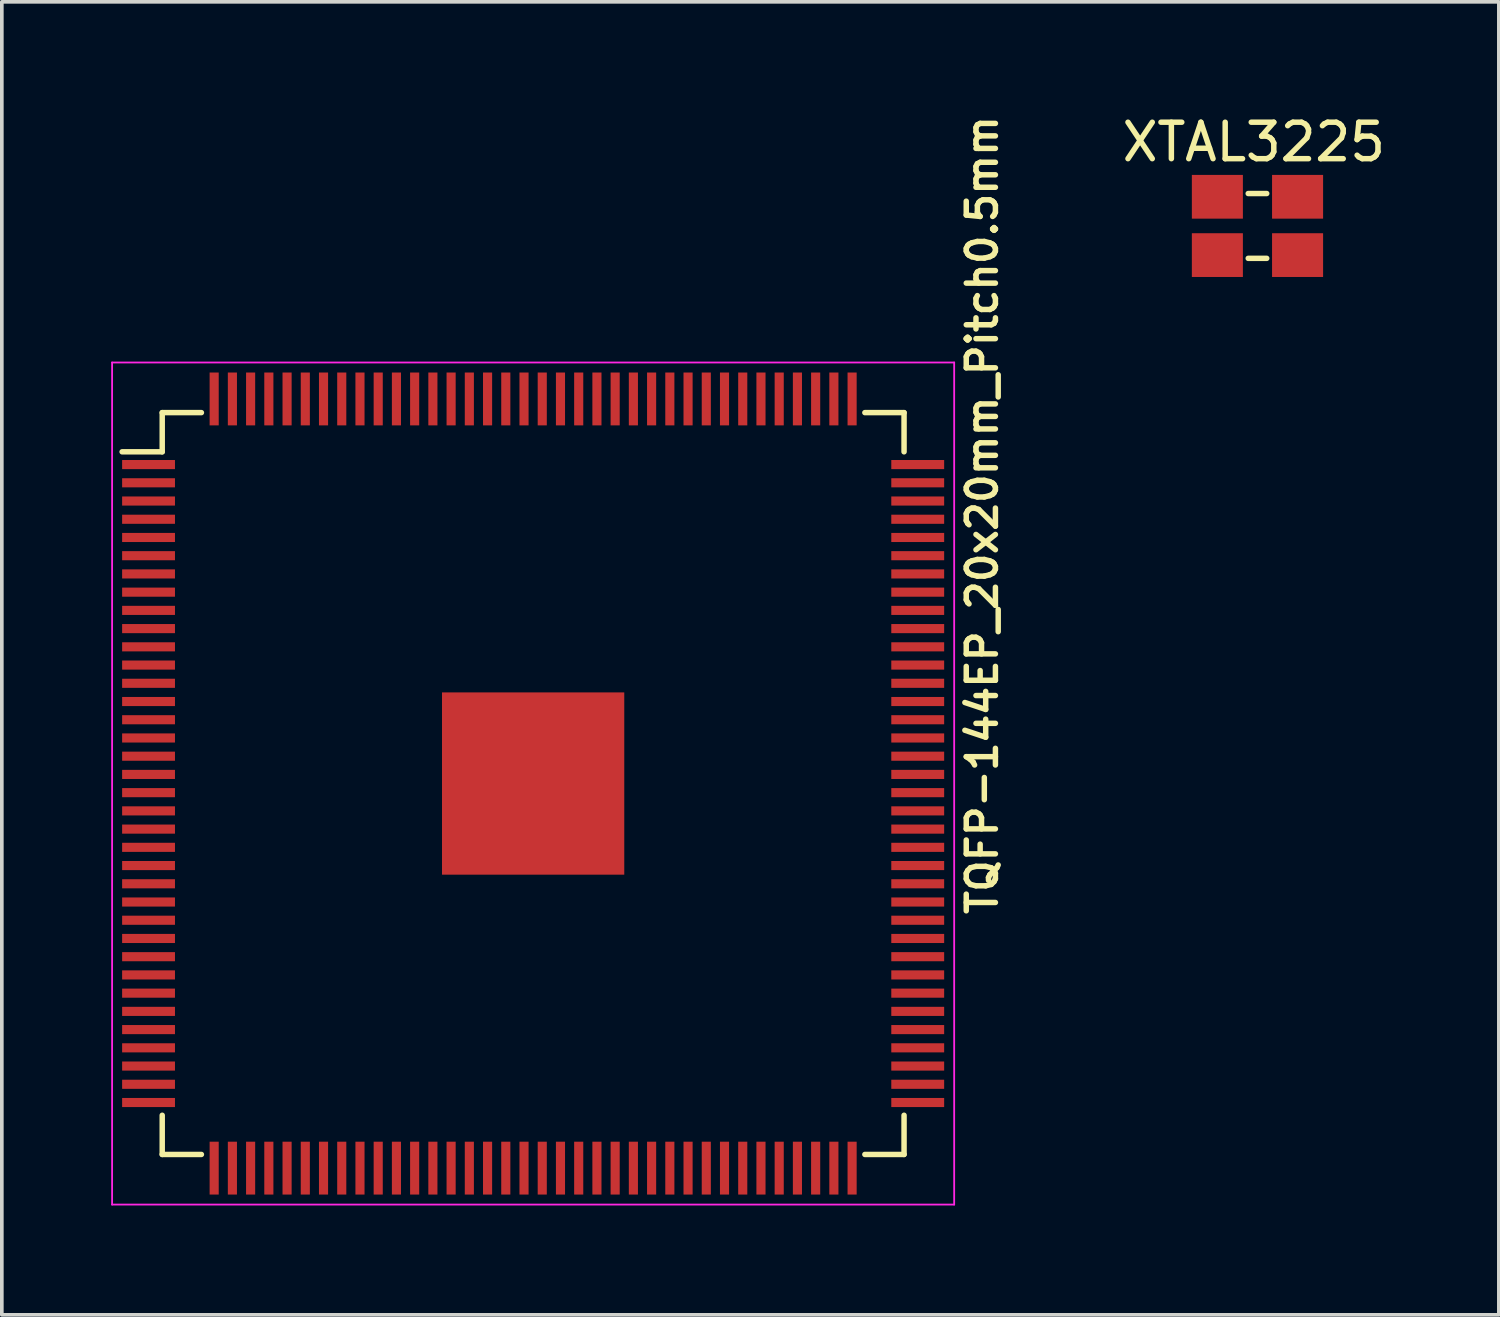
<source format=kicad_pcb>
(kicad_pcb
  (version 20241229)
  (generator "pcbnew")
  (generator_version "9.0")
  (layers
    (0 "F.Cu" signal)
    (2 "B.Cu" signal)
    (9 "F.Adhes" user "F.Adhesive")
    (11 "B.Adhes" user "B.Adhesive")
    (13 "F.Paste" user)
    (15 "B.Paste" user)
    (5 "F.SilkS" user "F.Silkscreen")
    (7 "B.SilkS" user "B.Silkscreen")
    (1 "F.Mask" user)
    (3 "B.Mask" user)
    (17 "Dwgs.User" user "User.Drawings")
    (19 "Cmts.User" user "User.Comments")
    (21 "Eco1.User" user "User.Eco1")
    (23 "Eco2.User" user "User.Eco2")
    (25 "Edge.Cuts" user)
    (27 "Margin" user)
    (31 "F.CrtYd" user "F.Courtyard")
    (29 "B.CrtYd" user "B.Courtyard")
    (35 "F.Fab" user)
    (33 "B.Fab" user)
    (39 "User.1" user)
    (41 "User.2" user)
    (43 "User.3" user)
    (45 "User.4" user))
  (footprint "TQFP-144EP_20x20mm_Pitch0.5mm"
    (layer "F.Cu")
    (at 11.575 18.444)
    (property "Reference" "TQFP-144EP_20x20mm_Pitch0.5mm" (at 12.319 -7.366 270) (layer "F.SilkS") (effects (font (size 0.8 0.8) (thickness 0.15))))
    (attr smd)
    (fp_line (start -10.175 -10.175) (end -10.175 -9.1) (stroke (width 0.15) (type solid)) (layer "F.SilkS"))
    (fp_line (start -10.175 -10.175) (end -9.1 -10.175) (stroke (width 0.15) (type solid)) (layer "F.SilkS"))
    (fp_line (start -10.175 -9.1) (end -11.275 -9.1) (stroke (width 0.15) (type solid)) (layer "F.SilkS"))
    (fp_line (start -10.175 10.175) (end -10.175 9.1) (stroke (width 0.15) (type solid)) (layer "F.SilkS"))
    (fp_line (start -10.175 10.175) (end -9.1 10.175) (stroke (width 0.15) (type solid)) (layer "F.SilkS"))
    (fp_line (start 10.175 -10.175) (end 9.1 -10.175) (stroke (width 0.15) (type solid)) (layer "F.SilkS"))
    (fp_line (start 10.175 -10.175) (end 10.175 -9.1) (stroke (width 0.15) (type solid)) (layer "F.SilkS"))
    (fp_line (start 10.175 10.175) (end 9.1 10.175) (stroke (width 0.15) (type solid)) (layer "F.SilkS"))
    (fp_line (start 10.175 10.175) (end 10.175 9.1) (stroke (width 0.15) (type solid)) (layer "F.SilkS"))
    (fp_line (start -11.55 -11.55) (end -11.55 11.55) (stroke (width 0.05) (type solid)) (layer "F.CrtYd"))
    (fp_line (start -11.55 -11.55) (end 11.55 -11.55) (stroke (width 0.05) (type solid)) (layer "F.CrtYd"))
    (fp_line (start -11.55 11.55) (end 11.55 11.55) (stroke (width 0.05) (type solid)) (layer "F.CrtYd"))
    (fp_line (start 11.55 -11.55) (end 11.55 11.55) (stroke (width 0.05) (type solid)) (layer "F.CrtYd"))
    (pad "1" smd rect (at -10.55 -8.75) (size 1.45 0.25) (layers "F.Cu" "F.Mask" "F.Paste"))
    (pad "2" smd rect (at -10.55 -8.25) (size 1.45 0.25) (layers "F.Cu" "F.Mask" "F.Paste"))
    (pad "3" smd rect (at -10.55 -7.75) (size 1.45 0.25) (layers "F.Cu" "F.Mask" "F.Paste"))
    (pad "4" smd rect (at -10.55 -7.25) (size 1.45 0.25) (layers "F.Cu" "F.Mask" "F.Paste"))
    (pad "5" smd rect (at -10.55 -6.75) (size 1.45 0.25) (layers "F.Cu" "F.Mask" "F.Paste"))
    (pad "6" smd rect (at -10.55 -6.25) (size 1.45 0.25) (layers "F.Cu" "F.Mask" "F.Paste"))
    (pad "7" smd rect (at -10.55 -5.75) (size 1.45 0.25) (layers "F.Cu" "F.Mask" "F.Paste"))
    (pad "8" smd rect (at -10.55 -5.25) (size 1.45 0.25) (layers "F.Cu" "F.Mask" "F.Paste"))
    (pad "9" smd rect (at -10.55 -4.75) (size 1.45 0.25) (layers "F.Cu" "F.Mask" "F.Paste"))
    (pad "10" smd rect (at -10.55 -4.25) (size 1.45 0.25) (layers "F.Cu" "F.Mask" "F.Paste"))
    (pad "11" smd rect (at -10.55 -3.75) (size 1.45 0.25) (layers "F.Cu" "F.Mask" "F.Paste"))
    (pad "12" smd rect (at -10.55 -3.25) (size 1.45 0.25) (layers "F.Cu" "F.Mask" "F.Paste"))
    (pad "13" smd rect (at -10.55 -2.75) (size 1.45 0.25) (layers "F.Cu" "F.Mask" "F.Paste"))
    (pad "14" smd rect (at -10.55 -2.25) (size 1.45 0.25) (layers "F.Cu" "F.Mask" "F.Paste"))
    (pad "15" smd rect (at -10.55 -1.75) (size 1.45 0.25) (layers "F.Cu" "F.Mask" "F.Paste"))
    (pad "16" smd rect (at -10.55 -1.25) (size 1.45 0.25) (layers "F.Cu" "F.Mask" "F.Paste"))
    (pad "17" smd rect (at -10.55 -0.75) (size 1.45 0.25) (layers "F.Cu" "F.Mask" "F.Paste"))
    (pad "18" smd rect (at -10.55 -0.25) (size 1.45 0.25) (layers "F.Cu" "F.Mask" "F.Paste"))
    (pad "19" smd rect (at -10.55 0.25) (size 1.45 0.25) (layers "F.Cu" "F.Mask" "F.Paste"))
    (pad "20" smd rect (at -10.55 0.75) (size 1.45 0.25) (layers "F.Cu" "F.Mask" "F.Paste"))
    (pad "21" smd rect (at -10.55 1.25) (size 1.45 0.25) (layers "F.Cu" "F.Mask" "F.Paste"))
    (pad "22" smd rect (at -10.55 1.75) (size 1.45 0.25) (layers "F.Cu" "F.Mask" "F.Paste"))
    (pad "23" smd rect (at -10.55 2.25) (size 1.45 0.25) (layers "F.Cu" "F.Mask" "F.Paste"))
    (pad "24" smd rect (at -10.55 2.75) (size 1.45 0.25) (layers "F.Cu" "F.Mask" "F.Paste"))
    (pad "25" smd rect (at -10.55 3.25) (size 1.45 0.25) (layers "F.Cu" "F.Mask" "F.Paste"))
    (pad "26" smd rect (at -10.55 3.75) (size 1.45 0.25) (layers "F.Cu" "F.Mask" "F.Paste"))
    (pad "27" smd rect (at -10.55 4.25) (size 1.45 0.25) (layers "F.Cu" "F.Mask" "F.Paste"))
    (pad "28" smd rect (at -10.55 4.75) (size 1.45 0.25) (layers "F.Cu" "F.Mask" "F.Paste"))
    (pad "29" smd rect (at -10.55 5.25) (size 1.45 0.25) (layers "F.Cu" "F.Mask" "F.Paste"))
    (pad "30" smd rect (at -10.55 5.75) (size 1.45 0.25) (layers "F.Cu" "F.Mask" "F.Paste"))
    (pad "31" smd rect (at -10.55 6.25) (size 1.45 0.25) (layers "F.Cu" "F.Mask" "F.Paste"))
    (pad "32" smd rect (at -10.55 6.75) (size 1.45 0.25) (layers "F.Cu" "F.Mask" "F.Paste"))
    (pad "33" smd rect (at -10.55 7.25) (size 1.45 0.25) (layers "F.Cu" "F.Mask" "F.Paste"))
    (pad "34" smd rect (at -10.55 7.75) (size 1.45 0.25) (layers "F.Cu" "F.Mask" "F.Paste"))
    (pad "35" smd rect (at -10.55 8.25) (size 1.45 0.25) (layers "F.Cu" "F.Mask" "F.Paste"))
    (pad "36" smd rect (at -10.55 8.75) (size 1.45 0.25) (layers "F.Cu" "F.Mask" "F.Paste"))
    (pad "37" smd rect (at -8.75 10.55 90) (size 1.45 0.25) (layers "F.Cu" "F.Mask" "F.Paste"))
    (pad "38" smd rect (at -8.25 10.55 90) (size 1.45 0.25) (layers "F.Cu" "F.Mask" "F.Paste"))
    (pad "39" smd rect (at -7.75 10.55 90) (size 1.45 0.25) (layers "F.Cu" "F.Mask" "F.Paste"))
    (pad "40" smd rect (at -7.25 10.55 90) (size 1.45 0.25) (layers "F.Cu" "F.Mask" "F.Paste"))
    (pad "41" smd rect (at -6.75 10.55 90) (size 1.45 0.25) (layers "F.Cu" "F.Mask" "F.Paste"))
    (pad "42" smd rect (at -6.25 10.55 90) (size 1.45 0.25) (layers "F.Cu" "F.Mask" "F.Paste"))
    (pad "43" smd rect (at -5.75 10.55 90) (size 1.45 0.25) (layers "F.Cu" "F.Mask" "F.Paste"))
    (pad "44" smd rect (at -5.25 10.55 90) (size 1.45 0.25) (layers "F.Cu" "F.Mask" "F.Paste"))
    (pad "45" smd rect (at -4.75 10.55 90) (size 1.45 0.25) (layers "F.Cu" "F.Mask" "F.Paste"))
    (pad "46" smd rect (at -4.25 10.55 90) (size 1.45 0.25) (layers "F.Cu" "F.Mask" "F.Paste"))
    (pad "47" smd rect (at -3.75 10.55 90) (size 1.45 0.25) (layers "F.Cu" "F.Mask" "F.Paste"))
    (pad "48" smd rect (at -3.25 10.55 90) (size 1.45 0.25) (layers "F.Cu" "F.Mask" "F.Paste"))
    (pad "49" smd rect (at -2.75 10.55 90) (size 1.45 0.25) (layers "F.Cu" "F.Mask" "F.Paste"))
    (pad "50" smd rect (at -2.25 10.55 90) (size 1.45 0.25) (layers "F.Cu" "F.Mask" "F.Paste"))
    (pad "51" smd rect (at -1.75 10.55 90) (size 1.45 0.25) (layers "F.Cu" "F.Mask" "F.Paste"))
    (pad "52" smd rect (at -1.25 10.55 90) (size 1.45 0.25) (layers "F.Cu" "F.Mask" "F.Paste"))
    (pad "53" smd rect (at -0.75 10.55 90) (size 1.45 0.25) (layers "F.Cu" "F.Mask" "F.Paste"))
    (pad "54" smd rect (at -0.25 10.55 90) (size 1.45 0.25) (layers "F.Cu" "F.Mask" "F.Paste"))
    (pad "55" smd rect (at 0.25 10.55 90) (size 1.45 0.25) (layers "F.Cu" "F.Mask" "F.Paste"))
    (pad "56" smd rect (at 0.75 10.55 90) (size 1.45 0.25) (layers "F.Cu" "F.Mask" "F.Paste"))
    (pad "57" smd rect (at 1.25 10.55 90) (size 1.45 0.25) (layers "F.Cu" "F.Mask" "F.Paste"))
    (pad "58" smd rect (at 1.75 10.55 90) (size 1.45 0.25) (layers "F.Cu" "F.Mask" "F.Paste"))
    (pad "59" smd rect (at 2.25 10.55 90) (size 1.45 0.25) (layers "F.Cu" "F.Mask" "F.Paste"))
    (pad "60" smd rect (at 2.75 10.55 90) (size 1.45 0.25) (layers "F.Cu" "F.Mask" "F.Paste"))
    (pad "61" smd rect (at 3.25 10.55 90) (size 1.45 0.25) (layers "F.Cu" "F.Mask" "F.Paste"))
    (pad "62" smd rect (at 3.75 10.55 90) (size 1.45 0.25) (layers "F.Cu" "F.Mask" "F.Paste"))
    (pad "63" smd rect (at 4.25 10.55 90) (size 1.45 0.25) (layers "F.Cu" "F.Mask" "F.Paste"))
    (pad "64" smd rect (at 4.75 10.55 90) (size 1.45 0.25) (layers "F.Cu" "F.Mask" "F.Paste"))
    (pad "65" smd rect (at 5.25 10.55 90) (size 1.45 0.25) (layers "F.Cu" "F.Mask" "F.Paste"))
    (pad "66" smd rect (at 5.75 10.55 90) (size 1.45 0.25) (layers "F.Cu" "F.Mask" "F.Paste"))
    (pad "67" smd rect (at 6.25 10.55 90) (size 1.45 0.25) (layers "F.Cu" "F.Mask" "F.Paste"))
    (pad "68" smd rect (at 6.75 10.55 90) (size 1.45 0.25) (layers "F.Cu" "F.Mask" "F.Paste"))
    (pad "69" smd rect (at 7.25 10.55 90) (size 1.45 0.25) (layers "F.Cu" "F.Mask" "F.Paste"))
    (pad "70" smd rect (at 7.75 10.55 90) (size 1.45 0.25) (layers "F.Cu" "F.Mask" "F.Paste"))
    (pad "71" smd rect (at 8.25 10.55 90) (size 1.45 0.25) (layers "F.Cu" "F.Mask" "F.Paste"))
    (pad "72" smd rect (at 8.75 10.55 90) (size 1.45 0.25) (layers "F.Cu" "F.Mask" "F.Paste"))
    (pad "73" smd rect (at 10.55 8.75) (size 1.45 0.25) (layers "F.Cu" "F.Mask" "F.Paste"))
    (pad "74" smd rect (at 10.55 8.25) (size 1.45 0.25) (layers "F.Cu" "F.Mask" "F.Paste"))
    (pad "75" smd rect (at 10.55 7.75) (size 1.45 0.25) (layers "F.Cu" "F.Mask" "F.Paste"))
    (pad "76" smd rect (at 10.55 7.25) (size 1.45 0.25) (layers "F.Cu" "F.Mask" "F.Paste"))
    (pad "77" smd rect (at 10.55 6.75) (size 1.45 0.25) (layers "F.Cu" "F.Mask" "F.Paste"))
    (pad "78" smd rect (at 10.55 6.25) (size 1.45 0.25) (layers "F.Cu" "F.Mask" "F.Paste"))
    (pad "79" smd rect (at 10.55 5.75) (size 1.45 0.25) (layers "F.Cu" "F.Mask" "F.Paste"))
    (pad "80" smd rect (at 10.55 5.25) (size 1.45 0.25) (layers "F.Cu" "F.Mask" "F.Paste"))
    (pad "81" smd rect (at 10.55 4.75) (size 1.45 0.25) (layers "F.Cu" "F.Mask" "F.Paste"))
    (pad "82" smd rect (at 10.55 4.25) (size 1.45 0.25) (layers "F.Cu" "F.Mask" "F.Paste"))
    (pad "83" smd rect (at 10.55 3.75) (size 1.45 0.25) (layers "F.Cu" "F.Mask" "F.Paste"))
    (pad "84" smd rect (at 10.55 3.25) (size 1.45 0.25) (layers "F.Cu" "F.Mask" "F.Paste"))
    (pad "85" smd rect (at 10.55 2.75) (size 1.45 0.25) (layers "F.Cu" "F.Mask" "F.Paste"))
    (pad "86" smd rect (at 10.55 2.25) (size 1.45 0.25) (layers "F.Cu" "F.Mask" "F.Paste"))
    (pad "87" smd rect (at 10.55 1.75) (size 1.45 0.25) (layers "F.Cu" "F.Mask" "F.Paste"))
    (pad "88" smd rect (at 10.55 1.25) (size 1.45 0.25) (layers "F.Cu" "F.Mask" "F.Paste"))
    (pad "89" smd rect (at 10.55 0.75) (size 1.45 0.25) (layers "F.Cu" "F.Mask" "F.Paste"))
    (pad "90" smd rect (at 10.55 0.25) (size 1.45 0.25) (layers "F.Cu" "F.Mask" "F.Paste"))
    (pad "91" smd rect (at 10.55 -0.25) (size 1.45 0.25) (layers "F.Cu" "F.Mask" "F.Paste"))
    (pad "92" smd rect (at 10.55 -0.75) (size 1.45 0.25) (layers "F.Cu" "F.Mask" "F.Paste"))
    (pad "93" smd rect (at 10.55 -1.25) (size 1.45 0.25) (layers "F.Cu" "F.Mask" "F.Paste"))
    (pad "94" smd rect (at 10.55 -1.75) (size 1.45 0.25) (layers "F.Cu" "F.Mask" "F.Paste"))
    (pad "95" smd rect (at 10.55 -2.25) (size 1.45 0.25) (layers "F.Cu" "F.Mask" "F.Paste"))
    (pad "96" smd rect (at 10.55 -2.75) (size 1.45 0.25) (layers "F.Cu" "F.Mask" "F.Paste"))
    (pad "97" smd rect (at 10.55 -3.25) (size 1.45 0.25) (layers "F.Cu" "F.Mask" "F.Paste"))
    (pad "98" smd rect (at 10.55 -3.75) (size 1.45 0.25) (layers "F.Cu" "F.Mask" "F.Paste"))
    (pad "99" smd rect (at 10.55 -4.25) (size 1.45 0.25) (layers "F.Cu" "F.Mask" "F.Paste"))
    (pad "100" smd rect (at 10.55 -4.75) (size 1.45 0.25) (layers "F.Cu" "F.Mask" "F.Paste"))
    (pad "101" smd rect (at 10.55 -5.25) (size 1.45 0.25) (layers "F.Cu" "F.Mask" "F.Paste"))
    (pad "102" smd rect (at 10.55 -5.75) (size 1.45 0.25) (layers "F.Cu" "F.Mask" "F.Paste"))
    (pad "103" smd rect (at 10.55 -6.25) (size 1.45 0.25) (layers "F.Cu" "F.Mask" "F.Paste"))
    (pad "104" smd rect (at 10.55 -6.75) (size 1.45 0.25) (layers "F.Cu" "F.Mask" "F.Paste"))
    (pad "105" smd rect (at 10.55 -7.25) (size 1.45 0.25) (layers "F.Cu" "F.Mask" "F.Paste"))
    (pad "106" smd rect (at 10.55 -7.75) (size 1.45 0.25) (layers "F.Cu" "F.Mask" "F.Paste"))
    (pad "107" smd rect (at 10.55 -8.25) (size 1.45 0.25) (layers "F.Cu" "F.Mask" "F.Paste"))
    (pad "108" smd rect (at 10.55 -8.75) (size 1.45 0.25) (layers "F.Cu" "F.Mask" "F.Paste"))
    (pad "109" smd rect (at 8.75 -10.55 90) (size 1.45 0.25) (layers "F.Cu" "F.Mask" "F.Paste"))
    (pad "110" smd rect (at 8.25 -10.55 90) (size 1.45 0.25) (layers "F.Cu" "F.Mask" "F.Paste"))
    (pad "111" smd rect (at 7.75 -10.55 90) (size 1.45 0.25) (layers "F.Cu" "F.Mask" "F.Paste"))
    (pad "112" smd rect (at 7.25 -10.55 90) (size 1.45 0.25) (layers "F.Cu" "F.Mask" "F.Paste"))
    (pad "113" smd rect (at 6.75 -10.55 90) (size 1.45 0.25) (layers "F.Cu" "F.Mask" "F.Paste"))
    (pad "114" smd rect (at 6.25 -10.55 90) (size 1.45 0.25) (layers "F.Cu" "F.Mask" "F.Paste"))
    (pad "115" smd rect (at 5.75 -10.55 90) (size 1.45 0.25) (layers "F.Cu" "F.Mask" "F.Paste"))
    (pad "116" smd rect (at 5.25 -10.55 90) (size 1.45 0.25) (layers "F.Cu" "F.Mask" "F.Paste"))
    (pad "117" smd rect (at 4.75 -10.55 90) (size 1.45 0.25) (layers "F.Cu" "F.Mask" "F.Paste"))
    (pad "118" smd rect (at 4.25 -10.55 90) (size 1.45 0.25) (layers "F.Cu" "F.Mask" "F.Paste"))
    (pad "119" smd rect (at 3.75 -10.55 90) (size 1.45 0.25) (layers "F.Cu" "F.Mask" "F.Paste"))
    (pad "120" smd rect (at 3.25 -10.55 90) (size 1.45 0.25) (layers "F.Cu" "F.Mask" "F.Paste"))
    (pad "121" smd rect (at 2.75 -10.55 90) (size 1.45 0.25) (layers "F.Cu" "F.Mask" "F.Paste"))
    (pad "122" smd rect (at 2.25 -10.55 90) (size 1.45 0.25) (layers "F.Cu" "F.Mask" "F.Paste"))
    (pad "123" smd rect (at 1.75 -10.55 90) (size 1.45 0.25) (layers "F.Cu" "F.Mask" "F.Paste"))
    (pad "124" smd rect (at 1.25 -10.55 90) (size 1.45 0.25) (layers "F.Cu" "F.Mask" "F.Paste"))
    (pad "125" smd rect (at 0.75 -10.55 90) (size 1.45 0.25) (layers "F.Cu" "F.Mask" "F.Paste"))
    (pad "126" smd rect (at 0.25 -10.55 90) (size 1.45 0.25) (layers "F.Cu" "F.Mask" "F.Paste"))
    (pad "127" smd rect (at -0.25 -10.55 90) (size 1.45 0.25) (layers "F.Cu" "F.Mask" "F.Paste"))
    (pad "128" smd rect (at -0.75 -10.55 90) (size 1.45 0.25) (layers "F.Cu" "F.Mask" "F.Paste"))
    (pad "129" smd rect (at -1.25 -10.55 90) (size 1.45 0.25) (layers "F.Cu" "F.Mask" "F.Paste"))
    (pad "130" smd rect (at -1.75 -10.55 90) (size 1.45 0.25) (layers "F.Cu" "F.Mask" "F.Paste"))
    (pad "131" smd rect (at -2.25 -10.55 90) (size 1.45 0.25) (layers "F.Cu" "F.Mask" "F.Paste"))
    (pad "132" smd rect (at -2.75 -10.55 90) (size 1.45 0.25) (layers "F.Cu" "F.Mask" "F.Paste"))
    (pad "133" smd rect (at -3.25 -10.55 90) (size 1.45 0.25) (layers "F.Cu" "F.Mask" "F.Paste"))
    (pad "134" smd rect (at -3.75 -10.55 90) (size 1.45 0.25) (layers "F.Cu" "F.Mask" "F.Paste"))
    (pad "135" smd rect (at -4.25 -10.55 90) (size 1.45 0.25) (layers "F.Cu" "F.Mask" "F.Paste"))
    (pad "136" smd rect (at -4.75 -10.55 90) (size 1.45 0.25) (layers "F.Cu" "F.Mask" "F.Paste"))
    (pad "137" smd rect (at -5.25 -10.55 90) (size 1.45 0.25) (layers "F.Cu" "F.Mask" "F.Paste"))
    (pad "138" smd rect (at -5.75 -10.55 90) (size 1.45 0.25) (layers "F.Cu" "F.Mask" "F.Paste"))
    (pad "139" smd rect (at -6.25 -10.55 90) (size 1.45 0.25) (layers "F.Cu" "F.Mask" "F.Paste"))
    (pad "140" smd rect (at -6.75 -10.55 90) (size 1.45 0.25) (layers "F.Cu" "F.Mask" "F.Paste"))
    (pad "141" smd rect (at -7.25 -10.55 90) (size 1.45 0.25) (layers "F.Cu" "F.Mask" "F.Paste"))
    (pad "142" smd rect (at -7.75 -10.55 90) (size 1.45 0.25) (layers "F.Cu" "F.Mask" "F.Paste"))
    (pad "143" smd rect (at -8.25 -10.55 90) (size 1.45 0.25) (layers "F.Cu" "F.Mask" "F.Paste"))
    (pad "144" smd rect (at -8.75 -10.55 90) (size 1.45 0.25) (layers "F.Cu" "F.Mask" "F.Paste"))
    (pad "EP" smd rect (at 0 0) (size 5 5) (layers "F.Cu" "F.Mask" "F.Paste")))
  (footprint "XTAL3225"
    (layer "F.Cu")
    (at 31.445 3.148)
    (property "Reference" "XTAL3225" (at -0.1 -2.3 0) (layer "F.SilkS") (effects (font (size 1 1) (thickness 0.15))))
    (attr through_hole)
    (fp_line (start -0.254 -0.889) (end 0.254 -0.889) (stroke (width 0.15) (type solid)) (layer "F.SilkS"))
    (fp_line (start -0.254 0.889) (end 0.254 0.889) (stroke (width 0.15) (type solid)) (layer "F.SilkS"))
    (pad "1" smd rect (at -1.1 0.8) (size 1.4 1.2) (layers "F.Cu" "F.Mask" "F.Paste"))
    (pad "2" smd rect (at 1.1 -0.8) (size 1.4 1.2) (layers "F.Cu" "F.Mask" "F.Paste"))
    (pad "3" smd rect (at -1.1 -0.8) (size 1.4 1.2) (layers "F.Cu" "F.Mask" "F.Paste"))
    (pad "3" smd rect (at 1.1 0.8) (size 1.4 1.2) (layers "F.Cu" "F.Mask" "F.Paste")))
  (gr_rect
    (start -3 -3)
    (end 38.066 33.019)
    (stroke (width 0.1) (type default))
    (fill no)
    (layer "Edge.Cuts")))
</source>
